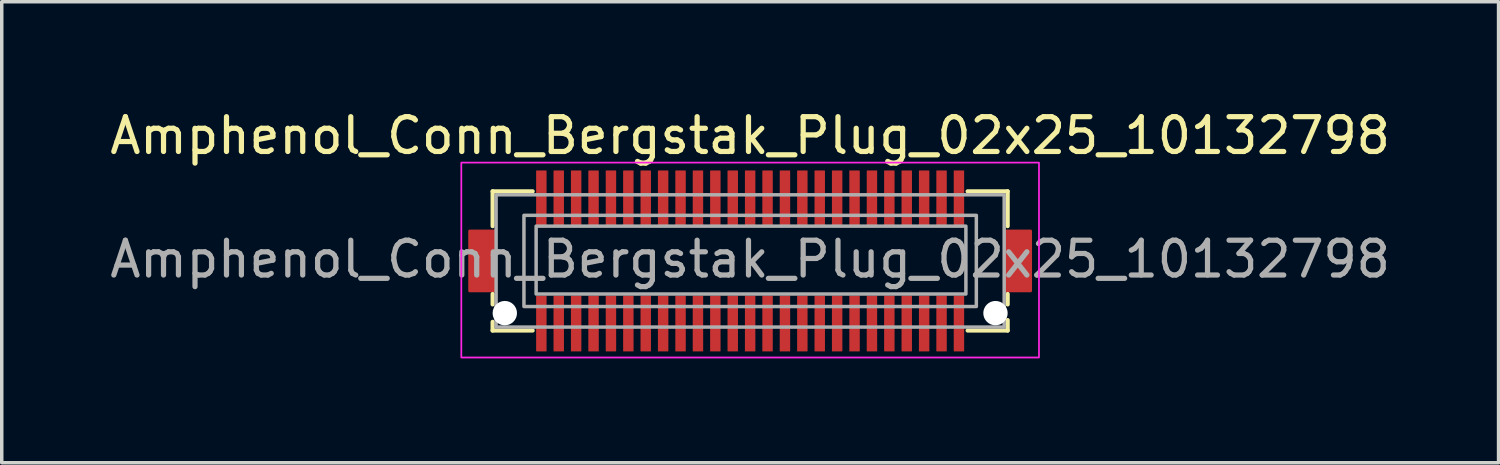
<source format=kicad_pcb>
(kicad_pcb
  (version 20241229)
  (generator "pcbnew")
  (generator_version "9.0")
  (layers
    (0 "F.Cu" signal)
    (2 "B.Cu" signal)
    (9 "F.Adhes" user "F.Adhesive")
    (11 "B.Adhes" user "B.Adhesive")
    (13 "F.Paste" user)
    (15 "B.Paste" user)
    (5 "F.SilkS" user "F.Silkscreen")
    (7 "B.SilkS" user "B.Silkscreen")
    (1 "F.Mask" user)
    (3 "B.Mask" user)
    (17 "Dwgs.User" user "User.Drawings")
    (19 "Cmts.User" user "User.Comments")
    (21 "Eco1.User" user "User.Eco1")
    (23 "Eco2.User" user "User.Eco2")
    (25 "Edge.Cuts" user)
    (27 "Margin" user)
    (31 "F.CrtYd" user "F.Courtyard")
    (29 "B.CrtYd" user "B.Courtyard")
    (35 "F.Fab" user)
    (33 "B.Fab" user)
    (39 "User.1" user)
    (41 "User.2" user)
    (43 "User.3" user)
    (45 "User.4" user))
  (footprint "Amphenol_Conn_Bergstak_Plug_02x25_10132798"
    (layer "F.Cu")
    (at 18.506 4.448)
    (property "Reference" "Amphenol_Conn_Bergstak_Plug_02x25_10132798" (at 0 -3.6 0) (unlocked yes) (layer "F.SilkS") (effects (font (size 1 1) (thickness 0.15))))
    (attr smd)
    (fp_line (start -7.4 -2) (end -6.25 -2) (stroke (width 0.12) (type default)) (layer "F.SilkS"))
    (fp_line (start -7.4 -1) (end -7.4 -2) (stroke (width 0.12) (type default)) (layer "F.SilkS"))
    (fp_line (start -7.4 0.95) (end -7.4 1.25) (stroke (width 0.12) (type default)) (layer "F.SilkS"))
    (fp_line (start -7.4 2) (end -7.4 1.75) (stroke (width 0.12) (type default)) (layer "F.SilkS"))
    (fp_line (start -7.4 2) (end -6.25 2) (stroke (width 0.12) (type default)) (layer "F.SilkS"))
    (fp_line (start 6.25 -2) (end 7.4 -2) (stroke (width 0.12) (type default)) (layer "F.SilkS"))
    (fp_line (start 7.4 -2) (end 7.4 -1) (stroke (width 0.12) (type default)) (layer "F.SilkS"))
    (fp_line (start 7.4 0.95) (end 7.4 1.25) (stroke (width 0.12) (type default)) (layer "F.SilkS"))
    (fp_line (start 7.4 1.7) (end 7.4 2) (stroke (width 0.12) (type default)) (layer "F.SilkS"))
    (fp_line (start 7.4 2) (end 6.25 2) (stroke (width 0.12) (type default)) (layer "F.SilkS"))
    (fp_rect (start -8.3 -2.825) (end 8.3 2.775) (stroke (width 0.05) (type default)) (fill no) (layer "F.CrtYd"))
    (fp_rect (start -7.3 -1.9) (end 7.3 1.9) (stroke (width 0.1) (type default)) (fill no) (layer "F.Fab"))
    (fp_rect (start -6.5 -1.31) (end 6.5 1.31) (stroke (width 0.1) (type solid)) (fill no) (layer "F.Fab"))
    (fp_rect (start -6.15 -1) (end 6.2 0.95) (stroke (width 0.1) (type default)) (fill no) (layer "F.Fab"))
    (fp_text user "${REFERENCE}" (at 0 -0.05 0) (unlocked yes) (layer "F.Fab") (effects (font (size 1 1) (thickness 0.15))))
    (pad "" smd roundrect (at -7.7 0) (size 0.8 1.8) (layers "F.Cu" "F.Mask" "F.Paste") (roundrect_rratio 0.05))
    (pad "" np_thru_hole circle (at -7.05 1.5) (size 0.7 0.7) (drill 0.7) (layers "*.Cu" "*.Mask"))
    (pad "" np_thru_hole circle (at 7.05 1.5) (size 0.7 0.7) (drill 0.7) (layers "*.Cu" "*.Mask"))
    (pad "" smd roundrect (at 7.7 0) (size 0.8 1.8) (layers "F.Cu" "F.Mask" "F.Paste") (roundrect_rratio 0.05))
    (pad "1" smd roundrect (at 6 1.8) (size 0.3 1.6) (layers "F.Cu" "F.Mask" "F.Paste") (roundrect_rratio 0.05))
    (pad "2" smd roundrect (at 5.5 1.8) (size 0.3 1.6) (layers "F.Cu" "F.Mask" "F.Paste") (roundrect_rratio 0.05))
    (pad "3" smd roundrect (at 5 1.8) (size 0.3 1.6) (layers "F.Cu" "F.Mask" "F.Paste") (roundrect_rratio 0.05))
    (pad "4" smd roundrect (at 4.5 1.8) (size 0.3 1.6) (layers "F.Cu" "F.Mask" "F.Paste") (roundrect_rratio 0.05))
    (pad "5" smd roundrect (at 4 1.8) (size 0.3 1.6) (layers "F.Cu" "F.Mask" "F.Paste") (roundrect_rratio 0.05))
    (pad "6" smd roundrect (at 3.5 1.8) (size 0.3 1.6) (layers "F.Cu" "F.Mask" "F.Paste") (roundrect_rratio 0.05))
    (pad "7" smd roundrect (at 3 1.8) (size 0.3 1.6) (layers "F.Cu" "F.Mask" "F.Paste") (roundrect_rratio 0.05))
    (pad "8" smd roundrect (at 2.5 1.8) (size 0.3 1.6) (layers "F.Cu" "F.Mask" "F.Paste") (roundrect_rratio 0.05))
    (pad "9" smd roundrect (at 2 1.8) (size 0.3 1.6) (layers "F.Cu" "F.Mask" "F.Paste") (roundrect_rratio 0.05))
    (pad "10" smd roundrect (at 1.5 1.8) (size 0.3 1.6) (layers "F.Cu" "F.Mask" "F.Paste") (roundrect_rratio 0.05))
    (pad "11" smd roundrect (at 1 1.8) (size 0.3 1.6) (layers "F.Cu" "F.Mask" "F.Paste") (roundrect_rratio 0.05))
    (pad "12" smd roundrect (at 0.5 1.8) (size 0.3 1.6) (layers "F.Cu" "F.Mask" "F.Paste") (roundrect_rratio 0.05))
    (pad "13" smd roundrect (at 0 1.8) (size 0.3 1.6) (layers "F.Cu" "F.Mask" "F.Paste") (roundrect_rratio 0.05))
    (pad "14" smd roundrect (at -0.5 1.8) (size 0.3 1.6) (layers "F.Cu" "F.Mask" "F.Paste") (roundrect_rratio 0.05))
    (pad "15" smd roundrect (at -1 1.8) (size 0.3 1.6) (layers "F.Cu" "F.Mask" "F.Paste") (roundrect_rratio 0.05))
    (pad "16" smd roundrect (at -1.5 1.8) (size 0.3 1.6) (layers "F.Cu" "F.Mask" "F.Paste") (roundrect_rratio 0.05))
    (pad "17" smd roundrect (at -2 1.8) (size 0.3 1.6) (layers "F.Cu" "F.Mask" "F.Paste") (roundrect_rratio 0.05))
    (pad "18" smd roundrect (at -2.5 1.8) (size 0.3 1.6) (layers "F.Cu" "F.Mask" "F.Paste") (roundrect_rratio 0.05))
    (pad "19" smd roundrect (at -3 1.8) (size 0.3 1.6) (layers "F.Cu" "F.Mask" "F.Paste") (roundrect_rratio 0.05))
    (pad "20" smd roundrect (at -3.5 1.8) (size 0.3 1.6) (layers "F.Cu" "F.Mask" "F.Paste") (roundrect_rratio 0.05))
    (pad "21" smd roundrect (at -4 1.8) (size 0.3 1.6) (layers "F.Cu" "F.Mask" "F.Paste") (roundrect_rratio 0.05))
    (pad "22" smd roundrect (at -4.5 1.8) (size 0.3 1.6) (layers "F.Cu" "F.Mask" "F.Paste") (roundrect_rratio 0.05))
    (pad "23" smd roundrect (at -5 1.8) (size 0.3 1.6) (layers "F.Cu" "F.Mask" "F.Paste") (roundrect_rratio 0.05))
    (pad "24" smd roundrect (at -5.5 1.8) (size 0.3 1.6) (layers "F.Cu" "F.Mask" "F.Paste") (roundrect_rratio 0.05))
    (pad "25" smd roundrect (at -6 1.8) (size 0.3 1.6) (layers "F.Cu" "F.Mask" "F.Paste") (roundrect_rratio 0.05))
    (pad "26" smd roundrect (at -6 -1.8) (size 0.3 1.6) (layers "F.Cu" "F.Mask" "F.Paste") (roundrect_rratio 0.05))
    (pad "27" smd roundrect (at -5.5 -1.8) (size 0.3 1.6) (layers "F.Cu" "F.Mask" "F.Paste") (roundrect_rratio 0.05))
    (pad "28" smd roundrect (at -5 -1.8) (size 0.3 1.6) (layers "F.Cu" "F.Mask" "F.Paste") (roundrect_rratio 0.05))
    (pad "29" smd roundrect (at -4.5 -1.8) (size 0.3 1.6) (layers "F.Cu" "F.Mask" "F.Paste") (roundrect_rratio 0.05))
    (pad "30" smd roundrect (at -4 -1.8) (size 0.3 1.6) (layers "F.Cu" "F.Mask" "F.Paste") (roundrect_rratio 0.05))
    (pad "31" smd roundrect (at -3.5 -1.8) (size 0.3 1.6) (layers "F.Cu" "F.Mask" "F.Paste") (roundrect_rratio 0.05))
    (pad "32" smd roundrect (at -3 -1.8) (size 0.3 1.6) (layers "F.Cu" "F.Mask" "F.Paste") (roundrect_rratio 0.05))
    (pad "33" smd roundrect (at -2.5 -1.8) (size 0.3 1.6) (layers "F.Cu" "F.Mask" "F.Paste") (roundrect_rratio 0.05))
    (pad "34" smd roundrect (at -2 -1.8) (size 0.3 1.6) (layers "F.Cu" "F.Mask" "F.Paste") (roundrect_rratio 0.05))
    (pad "35" smd roundrect (at -1.5 -1.8) (size 0.3 1.6) (layers "F.Cu" "F.Mask" "F.Paste") (roundrect_rratio 0.05))
    (pad "36" smd roundrect (at -1 -1.8) (size 0.3 1.6) (layers "F.Cu" "F.Mask" "F.Paste") (roundrect_rratio 0.05))
    (pad "37" smd roundrect (at -0.5 -1.8) (size 0.3 1.6) (layers "F.Cu" "F.Mask" "F.Paste") (roundrect_rratio 0.05))
    (pad "38" smd roundrect (at 0 -1.8) (size 0.3 1.6) (layers "F.Cu" "F.Mask" "F.Paste") (roundrect_rratio 0.05))
    (pad "39" smd roundrect (at 0.5 -1.8) (size 0.3 1.6) (layers "F.Cu" "F.Mask" "F.Paste") (roundrect_rratio 0.05))
    (pad "40" smd roundrect (at 1 -1.8) (size 0.3 1.6) (layers "F.Cu" "F.Mask" "F.Paste") (roundrect_rratio 0.05))
    (pad "41" smd roundrect (at 1.5 -1.8) (size 0.3 1.6) (layers "F.Cu" "F.Mask" "F.Paste") (roundrect_rratio 0.05))
    (pad "42" smd roundrect (at 2 -1.8) (size 0.3 1.6) (layers "F.Cu" "F.Mask" "F.Paste") (roundrect_rratio 0.05))
    (pad "43" smd roundrect (at 2.5 -1.8) (size 0.3 1.6) (layers "F.Cu" "F.Mask" "F.Paste") (roundrect_rratio 0.05))
    (pad "44" smd roundrect (at 3 -1.8) (size 0.3 1.6) (layers "F.Cu" "F.Mask" "F.Paste") (roundrect_rratio 0.05))
    (pad "45" smd roundrect (at 3.5 -1.8) (size 0.3 1.6) (layers "F.Cu" "F.Mask" "F.Paste") (roundrect_rratio 0.05))
    (pad "46" smd roundrect (at 4 -1.8) (size 0.3 1.6) (layers "F.Cu" "F.Mask" "F.Paste") (roundrect_rratio 0.05))
    (pad "47" smd roundrect (at 4.5 -1.8) (size 0.3 1.6) (layers "F.Cu" "F.Mask" "F.Paste") (roundrect_rratio 0.05))
    (pad "48" smd roundrect (at 5 -1.8) (size 0.3 1.6) (layers "F.Cu" "F.Mask" "F.Paste") (roundrect_rratio 0.05))
    (pad "49" smd roundrect (at 5.5 -1.8) (size 0.3 1.6) (layers "F.Cu" "F.Mask" "F.Paste") (roundrect_rratio 0.05))
    (pad "50" smd roundrect (at 6 -1.8) (size 0.3 1.6) (layers "F.Cu" "F.Mask" "F.Paste") (roundrect_rratio 0.05)))
  (gr_rect
    (start -3 -3)
    (end 40.012 10.248)
    (stroke (width 0.1) (type default))
    (fill no)
    (layer "Edge.Cuts")))
</source>
